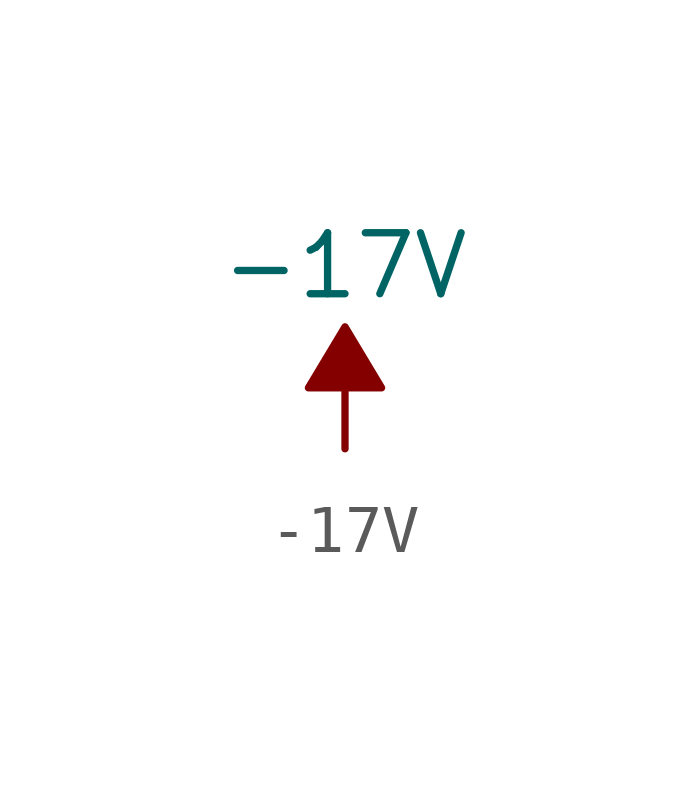
<source format=kicad_sym>
(kicad_symbol_lib
  (version 20220914)
  (generator kicad_symbol_editor)
  (symbol "-17V"
    (power)
    (pin_names
      (offset 0))
    (property "Reference" "#PWR"
      (at 0 2.54 0)
      (effects (font (size 1.27 1.27)) hide))
    (property "Value" "-17V"
      (at 0 3.81 0)
      (effects (font (size 1.27 1.27))))
    (symbol "-17V_0_1"
      (polyline (pts (xy 0 0) (xy 0 1.27) (xy 0.762 1.27) (xy 0 2.54) (xy -0.762 1.27) (xy 0 1.27)) (stroke (width 0) (type default)) (fill (type outline))))
    (symbol "-17V_1_0"
      (pin power_in line (at 0 0 90) (length 0) hide (name "-17V" (effects (font (size 1.27 1.27)))) (number "1" (effects (font (size 1.27 1.27))))))))
</source>
